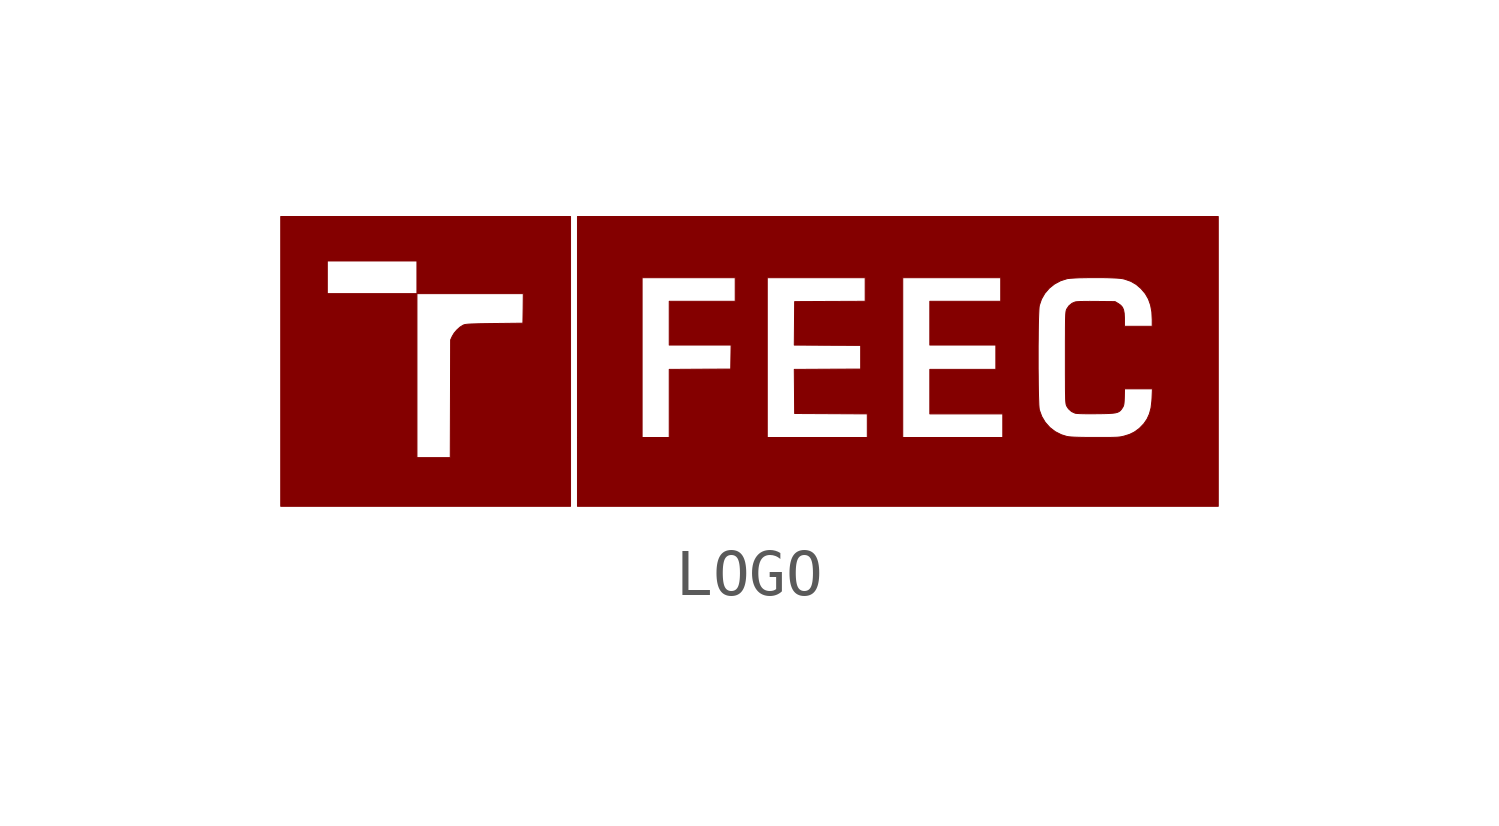
<source format=kicad_sym>
(kicad_symbol_lib
  (version 20220914)
  (generator bitmap2component)
  (symbol "LOGO"
    (pin_names
      (offset 1.016))
    (property "Reference" "#G"
      (at 0 2.449 0)
      (effects (font (size 1.27 1.27)) hide))
    (symbol "LOGO_0_0"
      (polyline (pts (xy -3.811 -0.007) (xy -3.811 3.084) (xy -6.902 3.084) (xy -9.994 3.084) (xy -9.994 2.135) (xy -9.001 2.135) (xy -8.044 2.135) (xy -7.088 2.135) (xy -7.088 1.787) (xy -7.088 1.438) (xy -5.953 1.438) (xy -4.819 1.438) (xy -4.822 1.123) (xy -4.827 0.808) (xy -5.434 0.801) (xy -5.508 0.8) (xy -5.649 0.798) (xy -5.764 0.796) (xy -5.857 0.793) (xy -5.929 0.791) (xy -5.985 0.788) (xy -6.027 0.784) (xy -6.058 0.78) (xy -6.081 0.774) (xy -6.098 0.768) (xy -6.1 0.767) (xy -6.167 0.726) (xy -6.234 0.666) (xy -6.293 0.597) (xy -6.334 0.529) (xy -6.369 0.452) (xy -6.373 -0.804) (xy -6.377 -2.061) (xy -6.732 -2.061) (xy -7.088 -2.061) (xy -7.088 -0.311) (xy -7.088 1.438) (xy -8.044 1.438) (xy -9.001 1.438) (xy -9.001 1.787) (xy -9.001 2.135) (xy -9.994 2.135) (xy -9.994 -0.007) (xy -9.994 -3.099) (xy -6.902 -3.099) (xy -3.811 -3.099) (xy -3.811 -0.007)) (stroke (width 0.01) (type default)) (fill (type outline)))
      (polyline (pts (xy 10.009 -0.007) (xy 10.009 3.084) (xy 3.173 3.084) (xy -3.663 3.084) (xy -3.663 -0.007) (xy -3.663 -1.631) (xy -2.284 -1.631) (xy -2.284 0.074) (xy -2.284 1.779) (xy -1.29 1.779) (xy -0.297 1.779) (xy -0.297 1.527) (xy -0.297 1.275) (xy -1.001 1.275) (xy -1.705 1.275) (xy -1.705 0.808) (xy -1.705 0.341) (xy -1.045 0.341) (xy -0.385 0.341) (xy -0.389 0.085) (xy -0.393 -0.171) (xy -1.049 -0.174) (xy -1.705 -0.178) (xy -1.705 -0.905) (xy -1.705 -1.631) (xy 0.386 -1.631) (xy 0.386 0.074) (xy 0.386 1.779) (xy 1.431 1.779) (xy 2.476 1.779) (xy 2.476 1.527) (xy 2.476 1.275) (xy 1.724 1.272) (xy 0.971 1.268) (xy 0.967 0.804) (xy 0.963 0.341) (xy 1.672 0.337) (xy 2.38 0.334) (xy 2.38 0.082) (xy 2.38 -0.171) (xy 1.672 -0.174) (xy 0.963 -0.178) (xy 0.967 -0.649) (xy 0.971 -1.119) (xy 1.746 -1.123) (xy 2.521 -1.127) (xy 2.521 -1.379) (xy 2.521 -1.631) (xy 3.277 -1.631) (xy 3.277 0.074) (xy 3.277 1.779) (xy 4.322 1.779) (xy 5.368 1.779) (xy 5.368 1.527) (xy 5.368 1.275) (xy 4.611 1.275) (xy 3.855 1.275) (xy 3.855 0.808) (xy 3.855 0.341) (xy 4.559 0.341) (xy 5.264 0.341) (xy 5.264 0.162) (xy 6.166 0.162) (xy 6.166 0.323) (xy 6.168 0.48) (xy 6.169 0.629) (xy 6.171 0.767) (xy 6.174 0.891) (xy 6.178 0.998) (xy 6.182 1.085) (xy 6.186 1.148) (xy 6.191 1.185) (xy 6.237 1.32) (xy 6.309 1.445) (xy 6.403 1.554) (xy 6.516 1.644) (xy 6.645 1.713) (xy 6.787 1.758) (xy 6.798 1.76) (xy 6.856 1.766) (xy 6.936 1.771) (xy 7.035 1.776) (xy 7.148 1.778) (xy 7.27 1.78) (xy 7.396 1.78) (xy 7.521 1.78) (xy 7.641 1.778) (xy 7.75 1.774) (xy 7.845 1.77) (xy 7.919 1.764) (xy 7.969 1.757) (xy 8.011 1.747) (xy 8.141 1.702) (xy 8.256 1.636) (xy 8.362 1.546) (xy 8.365 1.542) (xy 8.453 1.438) (xy 8.519 1.323) (xy 8.565 1.194) (xy 8.592 1.048) (xy 8.6 0.881) (xy 8.6 0.741) (xy 8.303 0.741) (xy 8.007 0.741) (xy 8.007 0.9) (xy 8.007 0.923) (xy 8.002 1.018) (xy 7.989 1.091) (xy 7.965 1.147) (xy 7.928 1.19) (xy 7.876 1.227) (xy 7.807 1.268) (xy 7.411 1.272) (xy 7.402 1.272) (xy 7.264 1.273) (xy 7.149 1.272) (xy 7.058 1.27) (xy 6.993 1.266) (xy 6.956 1.261) (xy 6.89 1.233) (xy 6.823 1.178) (xy 6.774 1.105) (xy 6.774 1.104) (xy 6.769 1.091) (xy 6.764 1.074) (xy 6.76 1.053) (xy 6.757 1.025) (xy 6.754 0.987) (xy 6.752 0.937) (xy 6.75 0.874) (xy 6.749 0.794) (xy 6.748 0.696) (xy 6.748 0.577) (xy 6.747 0.435) (xy 6.747 0.268) (xy 6.747 0.074) (xy 6.747 0.057) (xy 6.747 -0.135) (xy 6.747 -0.3) (xy 6.748 -0.44) (xy 6.748 -0.557) (xy 6.749 -0.653) (xy 6.751 -0.732) (xy 6.752 -0.794) (xy 6.754 -0.842) (xy 6.757 -0.879) (xy 6.76 -0.907) (xy 6.764 -0.928) (xy 6.769 -0.944) (xy 6.774 -0.957) (xy 6.813 -1.018) (xy 6.878 -1.077) (xy 6.956 -1.113) (xy 6.957 -1.113) (xy 6.996 -1.118) (xy 7.063 -1.122) (xy 7.156 -1.124) (xy 7.272 -1.125) (xy 7.411 -1.124) (xy 7.445 -1.124) (xy 7.57 -1.122) (xy 7.67 -1.119) (xy 7.748 -1.114) (xy 7.808 -1.107) (xy 7.853 -1.096) (xy 7.888 -1.081) (xy 7.915 -1.061) (xy 7.938 -1.036) (xy 7.96 -1.003) (xy 7.967 -0.993) (xy 7.982 -0.966) (xy 7.992 -0.937) (xy 7.998 -0.899) (xy 8.002 -0.845) (xy 8.005 -0.768) (xy 8.009 -0.593) (xy 8.307 -0.593) (xy 8.604 -0.593) (xy 8.596 -0.79) (xy 8.592 -0.855) (xy 8.574 -1.002) (xy 8.54 -1.128) (xy 8.49 -1.238) (xy 8.422 -1.337) (xy 8.333 -1.429) (xy 8.307 -1.451) (xy 8.216 -1.516) (xy 8.116 -1.565) (xy 7.996 -1.602) (xy 7.966 -1.609) (xy 7.933 -1.616) (xy 7.895 -1.621) (xy 7.849 -1.625) (xy 7.793 -1.627) (xy 7.721 -1.629) (xy 7.63 -1.63) (xy 7.517 -1.63) (xy 7.378 -1.63) (xy 7.313 -1.63) (xy 7.166 -1.629) (xy 7.046 -1.627) (xy 6.95 -1.624) (xy 6.875 -1.62) (xy 6.819 -1.615) (xy 6.78 -1.609) (xy 6.661 -1.572) (xy 6.53 -1.506) (xy 6.415 -1.417) (xy 6.318 -1.308) (xy 6.243 -1.183) (xy 6.192 -1.043) (xy 6.191 -1.039) (xy 6.186 -0.999) (xy 6.181 -0.933) (xy 6.178 -0.844) (xy 6.174 -0.736) (xy 6.171 -0.61) (xy 6.169 -0.471) (xy 6.168 -0.321) (xy 6.166 -0.163) (xy 6.166 -0.001) (xy 6.166 0.162) (xy 5.264 0.162) (xy 5.264 0.082) (xy 5.264 -0.178) (xy 4.559 -0.178) (xy 3.855 -0.178) (xy 3.855 -0.652) (xy 3.855 -1.127) (xy 4.634 -1.127) (xy 5.412 -1.127) (xy 5.412 -1.379) (xy 5.412 -1.631) (xy 4.345 -1.631) (xy 3.277 -1.631) (xy 2.521 -1.631) (xy 1.453 -1.631) (xy 0.386 -1.631) (xy -1.705 -1.631) (xy -1.994 -1.631) (xy -2.284 -1.631) (xy -3.663 -1.631) (xy -3.663 -3.099) (xy 3.173 -3.099) (xy 10.009 -3.099) (xy 10.009 -0.007)) (stroke (width 0.01) (type default)) (fill (type outline))))))
</source>
